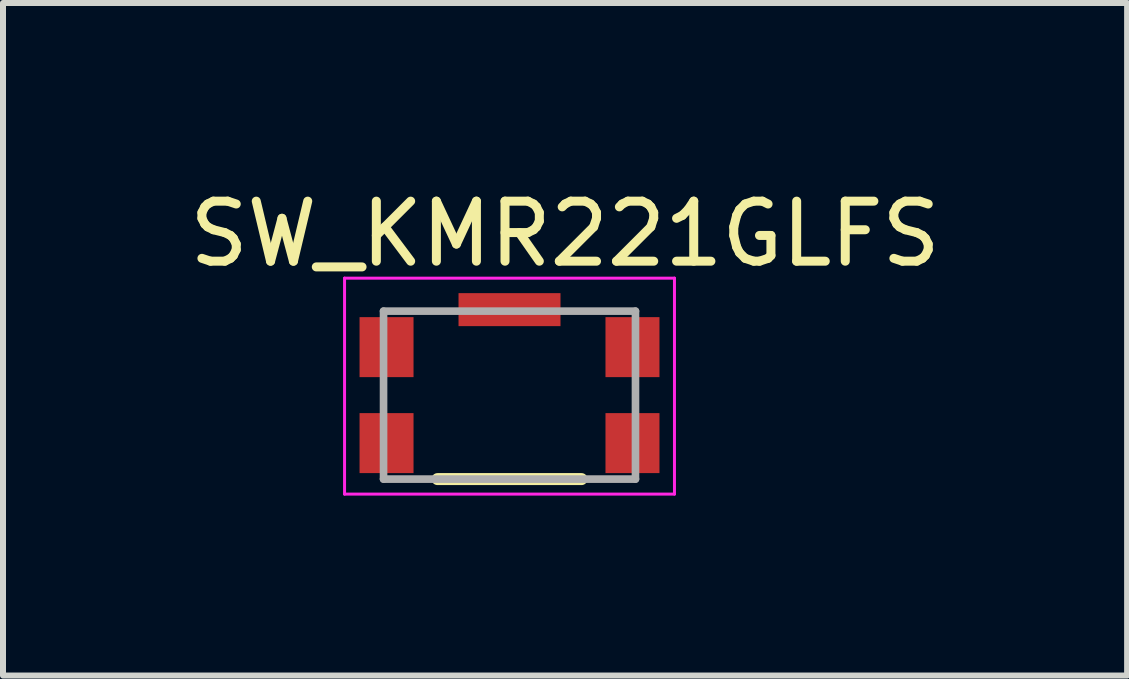
<source format=kicad_pcb>
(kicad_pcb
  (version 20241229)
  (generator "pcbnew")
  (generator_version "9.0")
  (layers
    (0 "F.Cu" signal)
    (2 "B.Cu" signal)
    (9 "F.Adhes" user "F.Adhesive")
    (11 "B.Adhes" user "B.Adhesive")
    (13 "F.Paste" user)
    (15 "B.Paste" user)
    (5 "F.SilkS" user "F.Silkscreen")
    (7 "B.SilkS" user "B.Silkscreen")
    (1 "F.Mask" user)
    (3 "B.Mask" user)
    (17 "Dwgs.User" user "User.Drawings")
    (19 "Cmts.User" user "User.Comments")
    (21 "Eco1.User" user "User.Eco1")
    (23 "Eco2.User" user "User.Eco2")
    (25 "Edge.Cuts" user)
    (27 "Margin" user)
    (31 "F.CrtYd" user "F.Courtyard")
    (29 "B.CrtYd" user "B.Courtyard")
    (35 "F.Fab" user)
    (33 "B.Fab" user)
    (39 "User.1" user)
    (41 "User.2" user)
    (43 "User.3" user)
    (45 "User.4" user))
  (footprint "SW_KMR221GLFS"
    (layer "F.Cu")
    (at 5.444 3.537)
    (property "Reference" "SW_KMR221GLFS" (at 0.926 -2.688 0) (layer "F.SilkS") (effects (font (size 1.001 1.001) (thickness 0.15))))
    (attr smd)
    (fp_line (start -1.2 1.4) (end 1.2 1.4) (stroke (width 0.2) (type solid)) (layer "F.SilkS"))
    (fp_line (start -2.75 -1.95) (end 2.75 -1.95) (stroke (width 0.05) (type solid)) (layer "F.CrtYd"))
    (fp_line (start -2.75 1.65) (end -2.75 -1.95) (stroke (width 0.05) (type solid)) (layer "F.CrtYd"))
    (fp_line (start 2.75 -1.95) (end 2.75 1.65) (stroke (width 0.05) (type solid)) (layer "F.CrtYd"))
    (fp_line (start 2.75 1.65) (end -2.75 1.65) (stroke (width 0.05) (type solid)) (layer "F.CrtYd"))
    (fp_line (start -2.1 -1.4) (end 2.1 -1.4) (stroke (width 0.127) (type solid)) (layer "F.Fab"))
    (fp_line (start -2.1 1.4) (end -2.1 -1.4) (stroke (width 0.127) (type solid)) (layer "F.Fab"))
    (fp_line (start 2.1 -1.4) (end 2.1 1.4) (stroke (width 0.127) (type solid)) (layer "F.Fab"))
    (fp_line (start 2.1 1.4) (end -2.1 1.4) (stroke (width 0.127) (type solid)) (layer "F.Fab"))
    (pad "1" smd rect (at -2.05 -0.8) (size 0.9 1) (layers "F.Cu" "F.Mask" "F.Paste"))
    (pad "2" smd rect (at -2.05 0.8) (size 0.9 1) (layers "F.Cu" "F.Mask" "F.Paste"))
    (pad "3" smd rect (at 2.05 0.8) (size 0.9 1) (layers "F.Cu" "F.Mask" "F.Paste"))
    (pad "4" smd rect (at 2.05 -0.8) (size 0.9 1) (layers "F.Cu" "F.Mask" "F.Paste"))
    (pad "5" smd rect (at 0 -1.425) (size 1.7 0.55) (layers "F.Cu" "F.Mask" "F.Paste")))
  (gr_rect
    (start -3 -3)
    (end 15.74 8.212)
    (stroke (width 0.1) (type default))
    (fill no)
    (layer "Edge.Cuts")))
</source>
